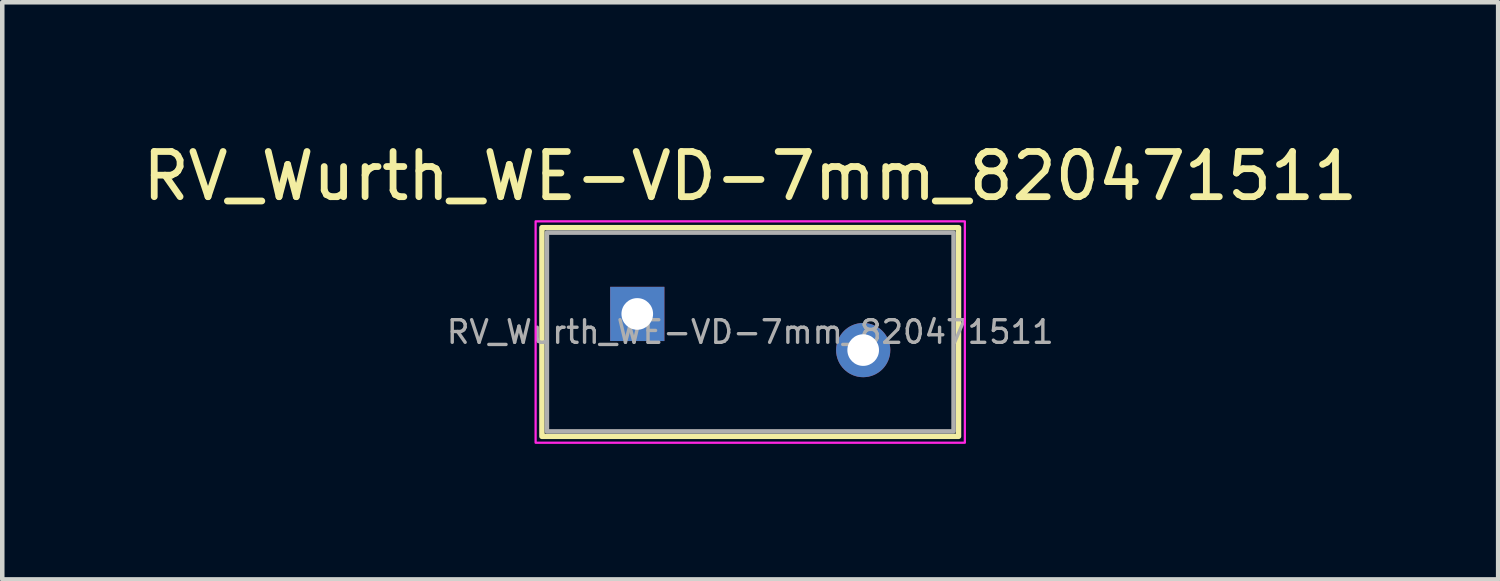
<source format=kicad_pcb>
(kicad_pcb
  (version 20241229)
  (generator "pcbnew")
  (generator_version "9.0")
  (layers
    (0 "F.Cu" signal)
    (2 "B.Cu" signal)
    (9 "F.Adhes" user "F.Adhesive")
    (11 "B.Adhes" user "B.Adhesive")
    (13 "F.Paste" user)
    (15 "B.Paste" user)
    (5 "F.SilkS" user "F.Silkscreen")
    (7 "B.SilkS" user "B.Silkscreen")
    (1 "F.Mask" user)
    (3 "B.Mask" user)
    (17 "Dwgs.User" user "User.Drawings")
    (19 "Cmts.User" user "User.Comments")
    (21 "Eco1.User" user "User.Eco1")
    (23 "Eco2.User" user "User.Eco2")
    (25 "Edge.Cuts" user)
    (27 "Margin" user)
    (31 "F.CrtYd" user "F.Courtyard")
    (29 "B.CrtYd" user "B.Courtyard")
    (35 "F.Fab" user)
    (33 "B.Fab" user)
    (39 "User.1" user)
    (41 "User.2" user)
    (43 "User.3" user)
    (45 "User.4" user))
  (footprint "RV_Wurth_WE-VD-7mm_820471511"
    (layer "F.Cu")
    (at 11.054 3.898)
    (property "Reference" "RV_Wurth_WE-VD-7mm_820471511" (at 2.5 -3.05 0) (unlocked yes) (layer "F.SilkS") (effects (font (size 1 1) (thickness 0.15))))
    (attr through_hole)
    (fp_rect (start -2.11 -1.91) (end 7.11 2.71) (stroke (width 0.12) (type solid)) (fill no) (layer "F.SilkS"))
    (fp_rect (start -2.25 -2.05) (end 7.25 2.85) (stroke (width 0.05) (type solid)) (fill no) (layer "F.CrtYd"))
    (fp_rect (start -2 -1.8) (end 7 2.6) (stroke (width 0.1) (type solid)) (fill no) (layer "F.Fab"))
    (fp_text user "${REFERENCE}" (at 2.5 0.4 0) (unlocked yes) (layer "F.Fab") (effects (font (size 0.5 0.5) (thickness 0.075))))
    (pad "1" thru_hole rect (at 0 0) (size 1.2 1.2) (drill 0.7) (layers "*.Cu" "*.Mask"))
    (pad "2" thru_hole circle (at 5 0.8) (size 1.2 1.2) (drill 0.7) (layers "*.Cu" "*.Mask")))
  (gr_rect
    (start -3 -3)
    (end 30.107 9.773)
    (stroke (width 0.1) (type default))
    (fill no)
    (layer "Edge.Cuts")))
</source>
